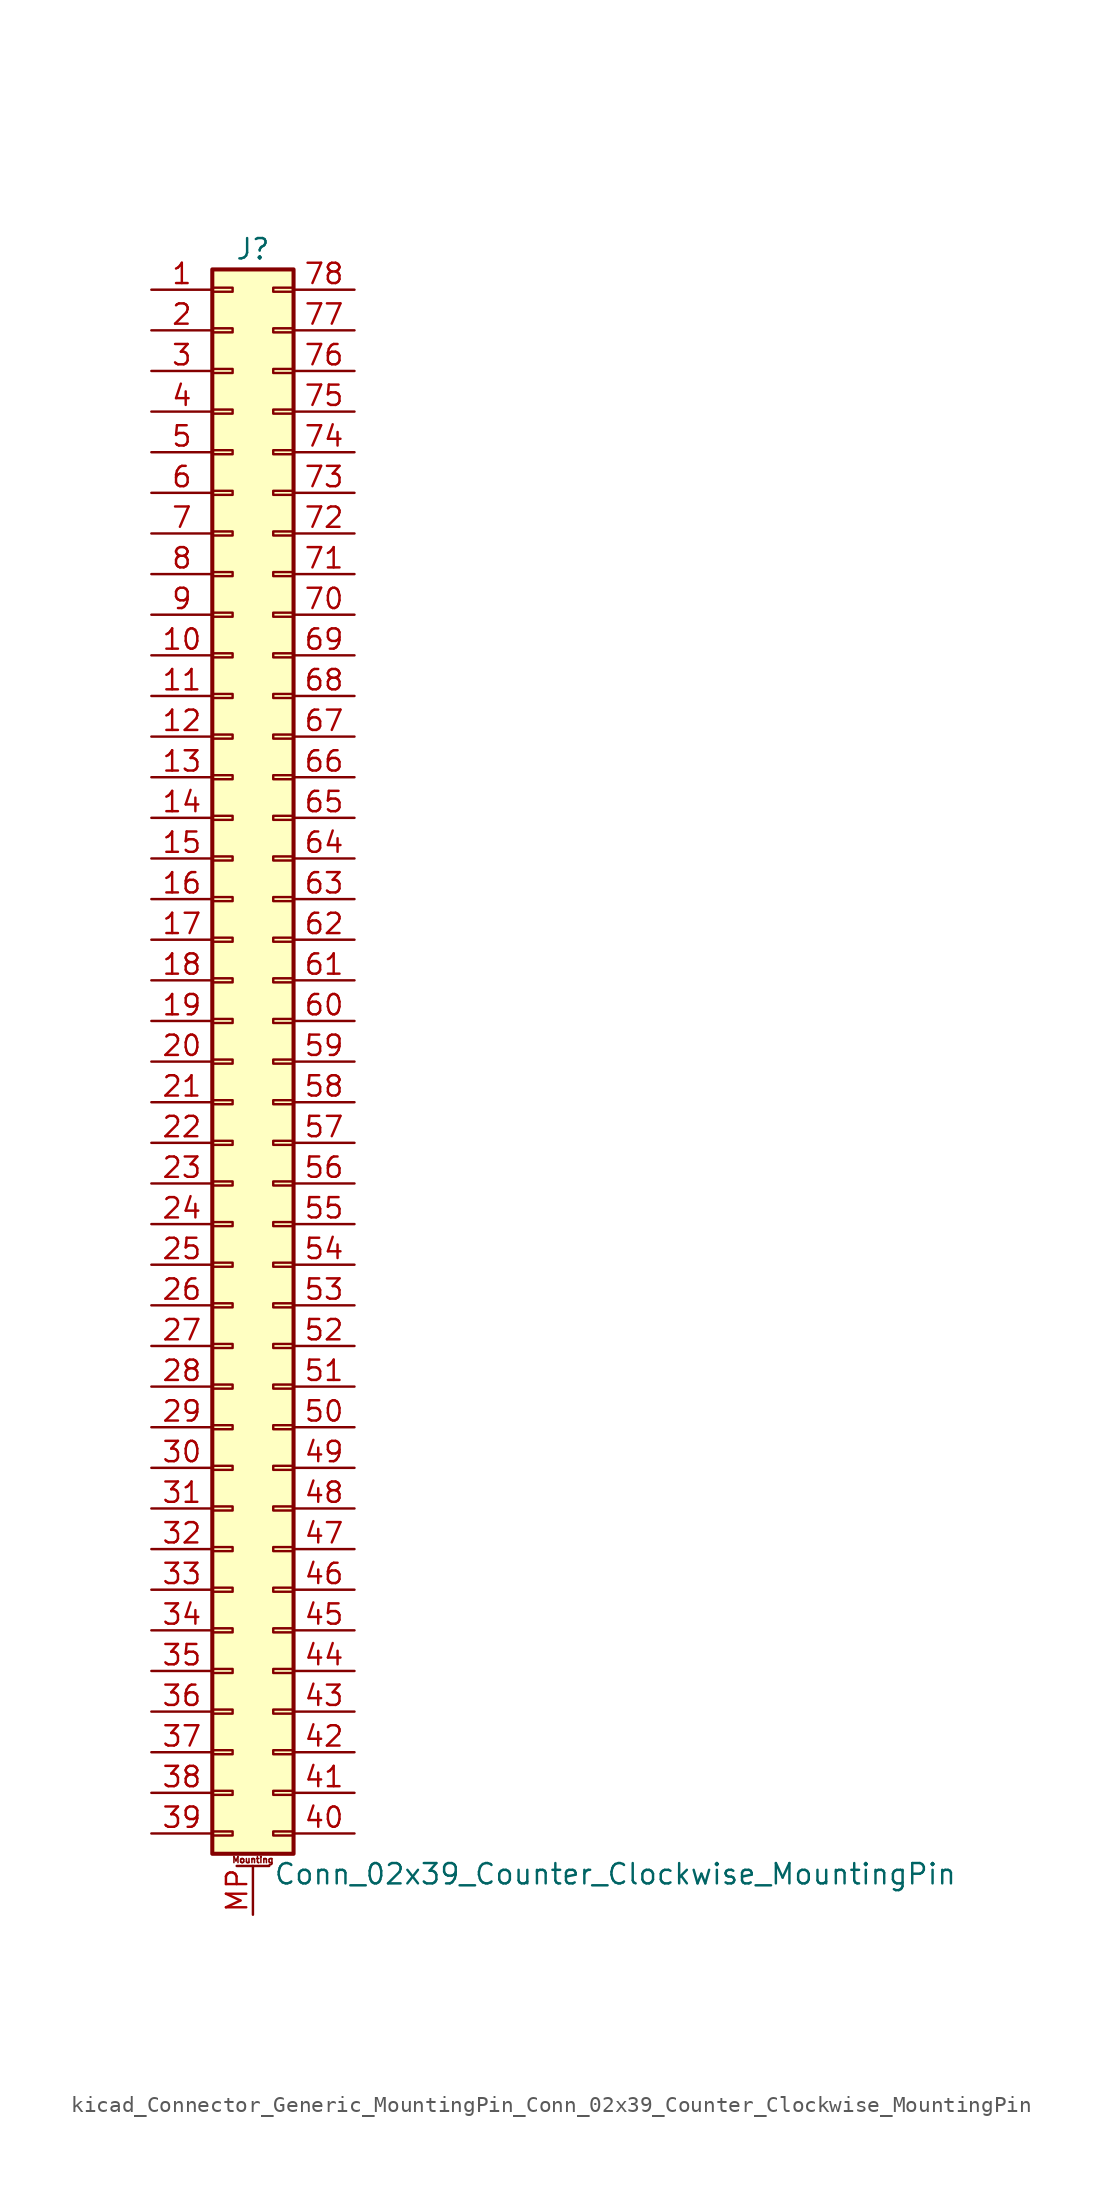
<source format=kicad_sym>
(kicad_symbol_lib
  (version 20220914)
  (generator kicad_symbol_editor)
  (symbol "kicad_Connector_Generic_MountingPin_Conn_02x39_Counter_Clockwise_MountingPin"
    (pin_names
      (offset 1.016) hide)
    (property "Reference" "J"
      (at 1.27 50.8 0)
      (effects (font (size 1.27 1.27))))
    (property "Value" "Conn_02x39_Counter_Clockwise_MountingPin"
      (at 2.54 -50.8 0)
      (effects (font (size 1.27 1.27)) (justify left)))
    (symbol "kicad_Connector_Generic_MountingPin_Conn_02x39_Counter_Clockwise_MountingPin_1_1"
      (rectangle (start -1.27 -48.133) (end 0 -48.387) (stroke (width 0.152) (type default)) (fill (type none)))
      (rectangle (start -1.27 -45.593) (end 0 -45.847) (stroke (width 0.152) (type default)) (fill (type none)))
      (rectangle (start -1.27 -43.053) (end 0 -43.307) (stroke (width 0.152) (type default)) (fill (type none)))
      (rectangle (start -1.27 -40.513) (end 0 -40.767) (stroke (width 0.152) (type default)) (fill (type none)))
      (rectangle (start -1.27 -37.973) (end 0 -38.227) (stroke (width 0.152) (type default)) (fill (type none)))
      (rectangle (start -1.27 -35.433) (end 0 -35.687) (stroke (width 0.152) (type default)) (fill (type none)))
      (rectangle (start -1.27 -32.893) (end 0 -33.147) (stroke (width 0.152) (type default)) (fill (type none)))
      (rectangle (start -1.27 -30.353) (end 0 -30.607) (stroke (width 0.152) (type default)) (fill (type none)))
      (rectangle (start -1.27 -27.813) (end 0 -28.067) (stroke (width 0.152) (type default)) (fill (type none)))
      (rectangle (start -1.27 -25.273) (end 0 -25.527) (stroke (width 0.152) (type default)) (fill (type none)))
      (rectangle (start -1.27 -22.733) (end 0 -22.987) (stroke (width 0.152) (type default)) (fill (type none)))
      (rectangle (start -1.27 -20.193) (end 0 -20.447) (stroke (width 0.152) (type default)) (fill (type none)))
      (rectangle (start -1.27 -17.653) (end 0 -17.907) (stroke (width 0.152) (type default)) (fill (type none)))
      (rectangle (start -1.27 -15.113) (end 0 -15.367) (stroke (width 0.152) (type default)) (fill (type none)))
      (rectangle (start -1.27 -12.573) (end 0 -12.827) (stroke (width 0.152) (type default)) (fill (type none)))
      (rectangle (start -1.27 -10.033) (end 0 -10.287) (stroke (width 0.152) (type default)) (fill (type none)))
      (rectangle (start -1.27 -7.493) (end 0 -7.747) (stroke (width 0.152) (type default)) (fill (type none)))
      (rectangle (start -1.27 -4.953) (end 0 -5.207) (stroke (width 0.152) (type default)) (fill (type none)))
      (rectangle (start -1.27 -2.413) (end 0 -2.667) (stroke (width 0.152) (type default)) (fill (type none)))
      (rectangle (start -1.27 0.127) (end 0 -0.127) (stroke (width 0.152) (type default)) (fill (type none)))
      (rectangle (start -1.27 2.667) (end 0 2.413) (stroke (width 0.152) (type default)) (fill (type none)))
      (rectangle (start -1.27 5.207) (end 0 4.953) (stroke (width 0.152) (type default)) (fill (type none)))
      (rectangle (start -1.27 7.747) (end 0 7.493) (stroke (width 0.152) (type default)) (fill (type none)))
      (rectangle (start -1.27 10.287) (end 0 10.033) (stroke (width 0.152) (type default)) (fill (type none)))
      (rectangle (start -1.27 12.827) (end 0 12.573) (stroke (width 0.152) (type default)) (fill (type none)))
      (rectangle (start -1.27 15.367) (end 0 15.113) (stroke (width 0.152) (type default)) (fill (type none)))
      (rectangle (start -1.27 17.907) (end 0 17.653) (stroke (width 0.152) (type default)) (fill (type none)))
      (rectangle (start -1.27 20.447) (end 0 20.193) (stroke (width 0.152) (type default)) (fill (type none)))
      (rectangle (start -1.27 22.987) (end 0 22.733) (stroke (width 0.152) (type default)) (fill (type none)))
      (rectangle (start -1.27 25.527) (end 0 25.273) (stroke (width 0.152) (type default)) (fill (type none)))
      (rectangle (start -1.27 28.067) (end 0 27.813) (stroke (width 0.152) (type default)) (fill (type none)))
      (rectangle (start -1.27 30.607) (end 0 30.353) (stroke (width 0.152) (type default)) (fill (type none)))
      (rectangle (start -1.27 33.147) (end 0 32.893) (stroke (width 0.152) (type default)) (fill (type none)))
      (rectangle (start -1.27 35.687) (end 0 35.433) (stroke (width 0.152) (type default)) (fill (type none)))
      (rectangle (start -1.27 38.227) (end 0 37.973) (stroke (width 0.152) (type default)) (fill (type none)))
      (rectangle (start -1.27 40.767) (end 0 40.513) (stroke (width 0.152) (type default)) (fill (type none)))
      (rectangle (start -1.27 43.307) (end 0 43.053) (stroke (width 0.152) (type default)) (fill (type none)))
      (rectangle (start -1.27 45.847) (end 0 45.593) (stroke (width 0.152) (type default)) (fill (type none)))
      (rectangle (start -1.27 48.387) (end 0 48.133) (stroke (width 0.152) (type default)) (fill (type none)))
      (rectangle (start -1.27 49.53) (end 3.81 -49.53) (stroke (width 0.254) (type default)) (fill (type background)))
      (polyline (pts (xy 0.254 -50.292) (xy 2.286 -50.292)) (stroke (width 0.152) (type default)) (fill (type none)))
      (rectangle (start 3.81 -48.133) (end 2.54 -48.387) (stroke (width 0.152) (type default)) (fill (type none)))
      (rectangle (start 3.81 -45.593) (end 2.54 -45.847) (stroke (width 0.152) (type default)) (fill (type none)))
      (rectangle (start 3.81 -43.053) (end 2.54 -43.307) (stroke (width 0.152) (type default)) (fill (type none)))
      (rectangle (start 3.81 -40.513) (end 2.54 -40.767) (stroke (width 0.152) (type default)) (fill (type none)))
      (rectangle (start 3.81 -37.973) (end 2.54 -38.227) (stroke (width 0.152) (type default)) (fill (type none)))
      (rectangle (start 3.81 -35.433) (end 2.54 -35.687) (stroke (width 0.152) (type default)) (fill (type none)))
      (rectangle (start 3.81 -32.893) (end 2.54 -33.147) (stroke (width 0.152) (type default)) (fill (type none)))
      (rectangle (start 3.81 -30.353) (end 2.54 -30.607) (stroke (width 0.152) (type default)) (fill (type none)))
      (rectangle (start 3.81 -27.813) (end 2.54 -28.067) (stroke (width 0.152) (type default)) (fill (type none)))
      (rectangle (start 3.81 -25.273) (end 2.54 -25.527) (stroke (width 0.152) (type default)) (fill (type none)))
      (rectangle (start 3.81 -22.733) (end 2.54 -22.987) (stroke (width 0.152) (type default)) (fill (type none)))
      (rectangle (start 3.81 -20.193) (end 2.54 -20.447) (stroke (width 0.152) (type default)) (fill (type none)))
      (rectangle (start 3.81 -17.653) (end 2.54 -17.907) (stroke (width 0.152) (type default)) (fill (type none)))
      (rectangle (start 3.81 -15.113) (end 2.54 -15.367) (stroke (width 0.152) (type default)) (fill (type none)))
      (rectangle (start 3.81 -12.573) (end 2.54 -12.827) (stroke (width 0.152) (type default)) (fill (type none)))
      (rectangle (start 3.81 -10.033) (end 2.54 -10.287) (stroke (width 0.152) (type default)) (fill (type none)))
      (rectangle (start 3.81 -7.493) (end 2.54 -7.747) (stroke (width 0.152) (type default)) (fill (type none)))
      (rectangle (start 3.81 -4.953) (end 2.54 -5.207) (stroke (width 0.152) (type default)) (fill (type none)))
      (rectangle (start 3.81 -2.413) (end 2.54 -2.667) (stroke (width 0.152) (type default)) (fill (type none)))
      (rectangle (start 3.81 0.127) (end 2.54 -0.127) (stroke (width 0.152) (type default)) (fill (type none)))
      (rectangle (start 3.81 2.667) (end 2.54 2.413) (stroke (width 0.152) (type default)) (fill (type none)))
      (rectangle (start 3.81 5.207) (end 2.54 4.953) (stroke (width 0.152) (type default)) (fill (type none)))
      (rectangle (start 3.81 7.747) (end 2.54 7.493) (stroke (width 0.152) (type default)) (fill (type none)))
      (rectangle (start 3.81 10.287) (end 2.54 10.033) (stroke (width 0.152) (type default)) (fill (type none)))
      (rectangle (start 3.81 12.827) (end 2.54 12.573) (stroke (width 0.152) (type default)) (fill (type none)))
      (rectangle (start 3.81 15.367) (end 2.54 15.113) (stroke (width 0.152) (type default)) (fill (type none)))
      (rectangle (start 3.81 17.907) (end 2.54 17.653) (stroke (width 0.152) (type default)) (fill (type none)))
      (rectangle (start 3.81 20.447) (end 2.54 20.193) (stroke (width 0.152) (type default)) (fill (type none)))
      (rectangle (start 3.81 22.987) (end 2.54 22.733) (stroke (width 0.152) (type default)) (fill (type none)))
      (rectangle (start 3.81 25.527) (end 2.54 25.273) (stroke (width 0.152) (type default)) (fill (type none)))
      (rectangle (start 3.81 28.067) (end 2.54 27.813) (stroke (width 0.152) (type default)) (fill (type none)))
      (rectangle (start 3.81 30.607) (end 2.54 30.353) (stroke (width 0.152) (type default)) (fill (type none)))
      (rectangle (start 3.81 33.147) (end 2.54 32.893) (stroke (width 0.152) (type default)) (fill (type none)))
      (rectangle (start 3.81 35.687) (end 2.54 35.433) (stroke (width 0.152) (type default)) (fill (type none)))
      (rectangle (start 3.81 38.227) (end 2.54 37.973) (stroke (width 0.152) (type default)) (fill (type none)))
      (rectangle (start 3.81 40.767) (end 2.54 40.513) (stroke (width 0.152) (type default)) (fill (type none)))
      (rectangle (start 3.81 43.307) (end 2.54 43.053) (stroke (width 0.152) (type default)) (fill (type none)))
      (rectangle (start 3.81 45.847) (end 2.54 45.593) (stroke (width 0.152) (type default)) (fill (type none)))
      (rectangle (start 3.81 48.387) (end 2.54 48.133) (stroke (width 0.152) (type default)) (fill (type none)))
      (text "Mounting" (at 1.27 -49.911 0) (effects (font (size 0.381 0.381))))
      (pin passive line (at -5.08 48.26 0) (length 3.81) (name "Pin_1" (effects (font (size 1.27 1.27)))) (number "1" (effects (font (size 1.27 1.27)))))
      (pin passive line (at -5.08 25.4 0) (length 3.81) (name "Pin_10" (effects (font (size 1.27 1.27)))) (number "10" (effects (font (size 1.27 1.27)))))
      (pin passive line (at -5.08 22.86 0) (length 3.81) (name "Pin_11" (effects (font (size 1.27 1.27)))) (number "11" (effects (font (size 1.27 1.27)))))
      (pin passive line (at -5.08 20.32 0) (length 3.81) (name "Pin_12" (effects (font (size 1.27 1.27)))) (number "12" (effects (font (size 1.27 1.27)))))
      (pin passive line (at -5.08 17.78 0) (length 3.81) (name "Pin_13" (effects (font (size 1.27 1.27)))) (number "13" (effects (font (size 1.27 1.27)))))
      (pin passive line (at -5.08 15.24 0) (length 3.81) (name "Pin_14" (effects (font (size 1.27 1.27)))) (number "14" (effects (font (size 1.27 1.27)))))
      (pin passive line (at -5.08 12.7 0) (length 3.81) (name "Pin_15" (effects (font (size 1.27 1.27)))) (number "15" (effects (font (size 1.27 1.27)))))
      (pin passive line (at -5.08 10.16 0) (length 3.81) (name "Pin_16" (effects (font (size 1.27 1.27)))) (number "16" (effects (font (size 1.27 1.27)))))
      (pin passive line (at -5.08 7.62 0) (length 3.81) (name "Pin_17" (effects (font (size 1.27 1.27)))) (number "17" (effects (font (size 1.27 1.27)))))
      (pin passive line (at -5.08 5.08 0) (length 3.81) (name "Pin_18" (effects (font (size 1.27 1.27)))) (number "18" (effects (font (size 1.27 1.27)))))
      (pin passive line (at -5.08 2.54 0) (length 3.81) (name "Pin_19" (effects (font (size 1.27 1.27)))) (number "19" (effects (font (size 1.27 1.27)))))
      (pin passive line (at -5.08 45.72 0) (length 3.81) (name "Pin_2" (effects (font (size 1.27 1.27)))) (number "2" (effects (font (size 1.27 1.27)))))
      (pin passive line (at -5.08 0 0) (length 3.81) (name "Pin_20" (effects (font (size 1.27 1.27)))) (number "20" (effects (font (size 1.27 1.27)))))
      (pin passive line (at -5.08 -2.54 0) (length 3.81) (name "Pin_21" (effects (font (size 1.27 1.27)))) (number "21" (effects (font (size 1.27 1.27)))))
      (pin passive line (at -5.08 -5.08 0) (length 3.81) (name "Pin_22" (effects (font (size 1.27 1.27)))) (number "22" (effects (font (size 1.27 1.27)))))
      (pin passive line (at -5.08 -7.62 0) (length 3.81) (name "Pin_23" (effects (font (size 1.27 1.27)))) (number "23" (effects (font (size 1.27 1.27)))))
      (pin passive line (at -5.08 -10.16 0) (length 3.81) (name "Pin_24" (effects (font (size 1.27 1.27)))) (number "24" (effects (font (size 1.27 1.27)))))
      (pin passive line (at -5.08 -12.7 0) (length 3.81) (name "Pin_25" (effects (font (size 1.27 1.27)))) (number "25" (effects (font (size 1.27 1.27)))))
      (pin passive line (at -5.08 -15.24 0) (length 3.81) (name "Pin_26" (effects (font (size 1.27 1.27)))) (number "26" (effects (font (size 1.27 1.27)))))
      (pin passive line (at -5.08 -17.78 0) (length 3.81) (name "Pin_27" (effects (font (size 1.27 1.27)))) (number "27" (effects (font (size 1.27 1.27)))))
      (pin passive line (at -5.08 -20.32 0) (length 3.81) (name "Pin_28" (effects (font (size 1.27 1.27)))) (number "28" (effects (font (size 1.27 1.27)))))
      (pin passive line (at -5.08 -22.86 0) (length 3.81) (name "Pin_29" (effects (font (size 1.27 1.27)))) (number "29" (effects (font (size 1.27 1.27)))))
      (pin passive line (at -5.08 43.18 0) (length 3.81) (name "Pin_3" (effects (font (size 1.27 1.27)))) (number "3" (effects (font (size 1.27 1.27)))))
      (pin passive line (at -5.08 -25.4 0) (length 3.81) (name "Pin_30" (effects (font (size 1.27 1.27)))) (number "30" (effects (font (size 1.27 1.27)))))
      (pin passive line (at -5.08 -27.94 0) (length 3.81) (name "Pin_31" (effects (font (size 1.27 1.27)))) (number "31" (effects (font (size 1.27 1.27)))))
      (pin passive line (at -5.08 -30.48 0) (length 3.81) (name "Pin_32" (effects (font (size 1.27 1.27)))) (number "32" (effects (font (size 1.27 1.27)))))
      (pin passive line (at -5.08 -33.02 0) (length 3.81) (name "Pin_33" (effects (font (size 1.27 1.27)))) (number "33" (effects (font (size 1.27 1.27)))))
      (pin passive line (at -5.08 -35.56 0) (length 3.81) (name "Pin_34" (effects (font (size 1.27 1.27)))) (number "34" (effects (font (size 1.27 1.27)))))
      (pin passive line (at -5.08 -38.1 0) (length 3.81) (name "Pin_35" (effects (font (size 1.27 1.27)))) (number "35" (effects (font (size 1.27 1.27)))))
      (pin passive line (at -5.08 -40.64 0) (length 3.81) (name "Pin_36" (effects (font (size 1.27 1.27)))) (number "36" (effects (font (size 1.27 1.27)))))
      (pin passive line (at -5.08 -43.18 0) (length 3.81) (name "Pin_37" (effects (font (size 1.27 1.27)))) (number "37" (effects (font (size 1.27 1.27)))))
      (pin passive line (at -5.08 -45.72 0) (length 3.81) (name "Pin_38" (effects (font (size 1.27 1.27)))) (number "38" (effects (font (size 1.27 1.27)))))
      (pin passive line (at -5.08 -48.26 0) (length 3.81) (name "Pin_39" (effects (font (size 1.27 1.27)))) (number "39" (effects (font (size 1.27 1.27)))))
      (pin passive line (at -5.08 40.64 0) (length 3.81) (name "Pin_4" (effects (font (size 1.27 1.27)))) (number "4" (effects (font (size 1.27 1.27)))))
      (pin passive line (at 7.62 -48.26 180) (length 3.81) (name "Pin_40" (effects (font (size 1.27 1.27)))) (number "40" (effects (font (size 1.27 1.27)))))
      (pin passive line (at 7.62 -45.72 180) (length 3.81) (name "Pin_41" (effects (font (size 1.27 1.27)))) (number "41" (effects (font (size 1.27 1.27)))))
      (pin passive line (at 7.62 -43.18 180) (length 3.81) (name "Pin_42" (effects (font (size 1.27 1.27)))) (number "42" (effects (font (size 1.27 1.27)))))
      (pin passive line (at 7.62 -40.64 180) (length 3.81) (name "Pin_43" (effects (font (size 1.27 1.27)))) (number "43" (effects (font (size 1.27 1.27)))))
      (pin passive line (at 7.62 -38.1 180) (length 3.81) (name "Pin_44" (effects (font (size 1.27 1.27)))) (number "44" (effects (font (size 1.27 1.27)))))
      (pin passive line (at 7.62 -35.56 180) (length 3.81) (name "Pin_45" (effects (font (size 1.27 1.27)))) (number "45" (effects (font (size 1.27 1.27)))))
      (pin passive line (at 7.62 -33.02 180) (length 3.81) (name "Pin_46" (effects (font (size 1.27 1.27)))) (number "46" (effects (font (size 1.27 1.27)))))
      (pin passive line (at 7.62 -30.48 180) (length 3.81) (name "Pin_47" (effects (font (size 1.27 1.27)))) (number "47" (effects (font (size 1.27 1.27)))))
      (pin passive line (at 7.62 -27.94 180) (length 3.81) (name "Pin_48" (effects (font (size 1.27 1.27)))) (number "48" (effects (font (size 1.27 1.27)))))
      (pin passive line (at 7.62 -25.4 180) (length 3.81) (name "Pin_49" (effects (font (size 1.27 1.27)))) (number "49" (effects (font (size 1.27 1.27)))))
      (pin passive line (at -5.08 38.1 0) (length 3.81) (name "Pin_5" (effects (font (size 1.27 1.27)))) (number "5" (effects (font (size 1.27 1.27)))))
      (pin passive line (at 7.62 -22.86 180) (length 3.81) (name "Pin_50" (effects (font (size 1.27 1.27)))) (number "50" (effects (font (size 1.27 1.27)))))
      (pin passive line (at 7.62 -20.32 180) (length 3.81) (name "Pin_51" (effects (font (size 1.27 1.27)))) (number "51" (effects (font (size 1.27 1.27)))))
      (pin passive line (at 7.62 -17.78 180) (length 3.81) (name "Pin_52" (effects (font (size 1.27 1.27)))) (number "52" (effects (font (size 1.27 1.27)))))
      (pin passive line (at 7.62 -15.24 180) (length 3.81) (name "Pin_53" (effects (font (size 1.27 1.27)))) (number "53" (effects (font (size 1.27 1.27)))))
      (pin passive line (at 7.62 -12.7 180) (length 3.81) (name "Pin_54" (effects (font (size 1.27 1.27)))) (number "54" (effects (font (size 1.27 1.27)))))
      (pin passive line (at 7.62 -10.16 180) (length 3.81) (name "Pin_55" (effects (font (size 1.27 1.27)))) (number "55" (effects (font (size 1.27 1.27)))))
      (pin passive line (at 7.62 -7.62 180) (length 3.81) (name "Pin_56" (effects (font (size 1.27 1.27)))) (number "56" (effects (font (size 1.27 1.27)))))
      (pin passive line (at 7.62 -5.08 180) (length 3.81) (name "Pin_57" (effects (font (size 1.27 1.27)))) (number "57" (effects (font (size 1.27 1.27)))))
      (pin passive line (at 7.62 -2.54 180) (length 3.81) (name "Pin_58" (effects (font (size 1.27 1.27)))) (number "58" (effects (font (size 1.27 1.27)))))
      (pin passive line (at 7.62 0 180) (length 3.81) (name "Pin_59" (effects (font (size 1.27 1.27)))) (number "59" (effects (font (size 1.27 1.27)))))
      (pin passive line (at -5.08 35.56 0) (length 3.81) (name "Pin_6" (effects (font (size 1.27 1.27)))) (number "6" (effects (font (size 1.27 1.27)))))
      (pin passive line (at 7.62 2.54 180) (length 3.81) (name "Pin_60" (effects (font (size 1.27 1.27)))) (number "60" (effects (font (size 1.27 1.27)))))
      (pin passive line (at 7.62 5.08 180) (length 3.81) (name "Pin_61" (effects (font (size 1.27 1.27)))) (number "61" (effects (font (size 1.27 1.27)))))
      (pin passive line (at 7.62 7.62 180) (length 3.81) (name "Pin_62" (effects (font (size 1.27 1.27)))) (number "62" (effects (font (size 1.27 1.27)))))
      (pin passive line (at 7.62 10.16 180) (length 3.81) (name "Pin_63" (effects (font (size 1.27 1.27)))) (number "63" (effects (font (size 1.27 1.27)))))
      (pin passive line (at 7.62 12.7 180) (length 3.81) (name "Pin_64" (effects (font (size 1.27 1.27)))) (number "64" (effects (font (size 1.27 1.27)))))
      (pin passive line (at 7.62 15.24 180) (length 3.81) (name "Pin_65" (effects (font (size 1.27 1.27)))) (number "65" (effects (font (size 1.27 1.27)))))
      (pin passive line (at 7.62 17.78 180) (length 3.81) (name "Pin_66" (effects (font (size 1.27 1.27)))) (number "66" (effects (font (size 1.27 1.27)))))
      (pin passive line (at 7.62 20.32 180) (length 3.81) (name "Pin_67" (effects (font (size 1.27 1.27)))) (number "67" (effects (font (size 1.27 1.27)))))
      (pin passive line (at 7.62 22.86 180) (length 3.81) (name "Pin_68" (effects (font (size 1.27 1.27)))) (number "68" (effects (font (size 1.27 1.27)))))
      (pin passive line (at 7.62 25.4 180) (length 3.81) (name "Pin_69" (effects (font (size 1.27 1.27)))) (number "69" (effects (font (size 1.27 1.27)))))
      (pin passive line (at -5.08 33.02 0) (length 3.81) (name "Pin_7" (effects (font (size 1.27 1.27)))) (number "7" (effects (font (size 1.27 1.27)))))
      (pin passive line (at 7.62 27.94 180) (length 3.81) (name "Pin_70" (effects (font (size 1.27 1.27)))) (number "70" (effects (font (size 1.27 1.27)))))
      (pin passive line (at 7.62 30.48 180) (length 3.81) (name "Pin_71" (effects (font (size 1.27 1.27)))) (number "71" (effects (font (size 1.27 1.27)))))
      (pin passive line (at 7.62 33.02 180) (length 3.81) (name "Pin_72" (effects (font (size 1.27 1.27)))) (number "72" (effects (font (size 1.27 1.27)))))
      (pin passive line (at 7.62 35.56 180) (length 3.81) (name "Pin_73" (effects (font (size 1.27 1.27)))) (number "73" (effects (font (size 1.27 1.27)))))
      (pin passive line (at 7.62 38.1 180) (length 3.81) (name "Pin_74" (effects (font (size 1.27 1.27)))) (number "74" (effects (font (size 1.27 1.27)))))
      (pin passive line (at 7.62 40.64 180) (length 3.81) (name "Pin_75" (effects (font (size 1.27 1.27)))) (number "75" (effects (font (size 1.27 1.27)))))
      (pin passive line (at 7.62 43.18 180) (length 3.81) (name "Pin_76" (effects (font (size 1.27 1.27)))) (number "76" (effects (font (size 1.27 1.27)))))
      (pin passive line (at 7.62 45.72 180) (length 3.81) (name "Pin_77" (effects (font (size 1.27 1.27)))) (number "77" (effects (font (size 1.27 1.27)))))
      (pin passive line (at 7.62 48.26 180) (length 3.81) (name "Pin_78" (effects (font (size 1.27 1.27)))) (number "78" (effects (font (size 1.27 1.27)))))
      (pin passive line (at -5.08 30.48 0) (length 3.81) (name "Pin_8" (effects (font (size 1.27 1.27)))) (number "8" (effects (font (size 1.27 1.27)))))
      (pin passive line (at -5.08 27.94 0) (length 3.81) (name "Pin_9" (effects (font (size 1.27 1.27)))) (number "9" (effects (font (size 1.27 1.27)))))
      (pin passive line (at 1.27 -53.34 90) (length 3.048) (name "MountPin" (effects (font (size 1.27 1.27)))) (number "MP" (effects (font (size 1.27 1.27))))))))
</source>
